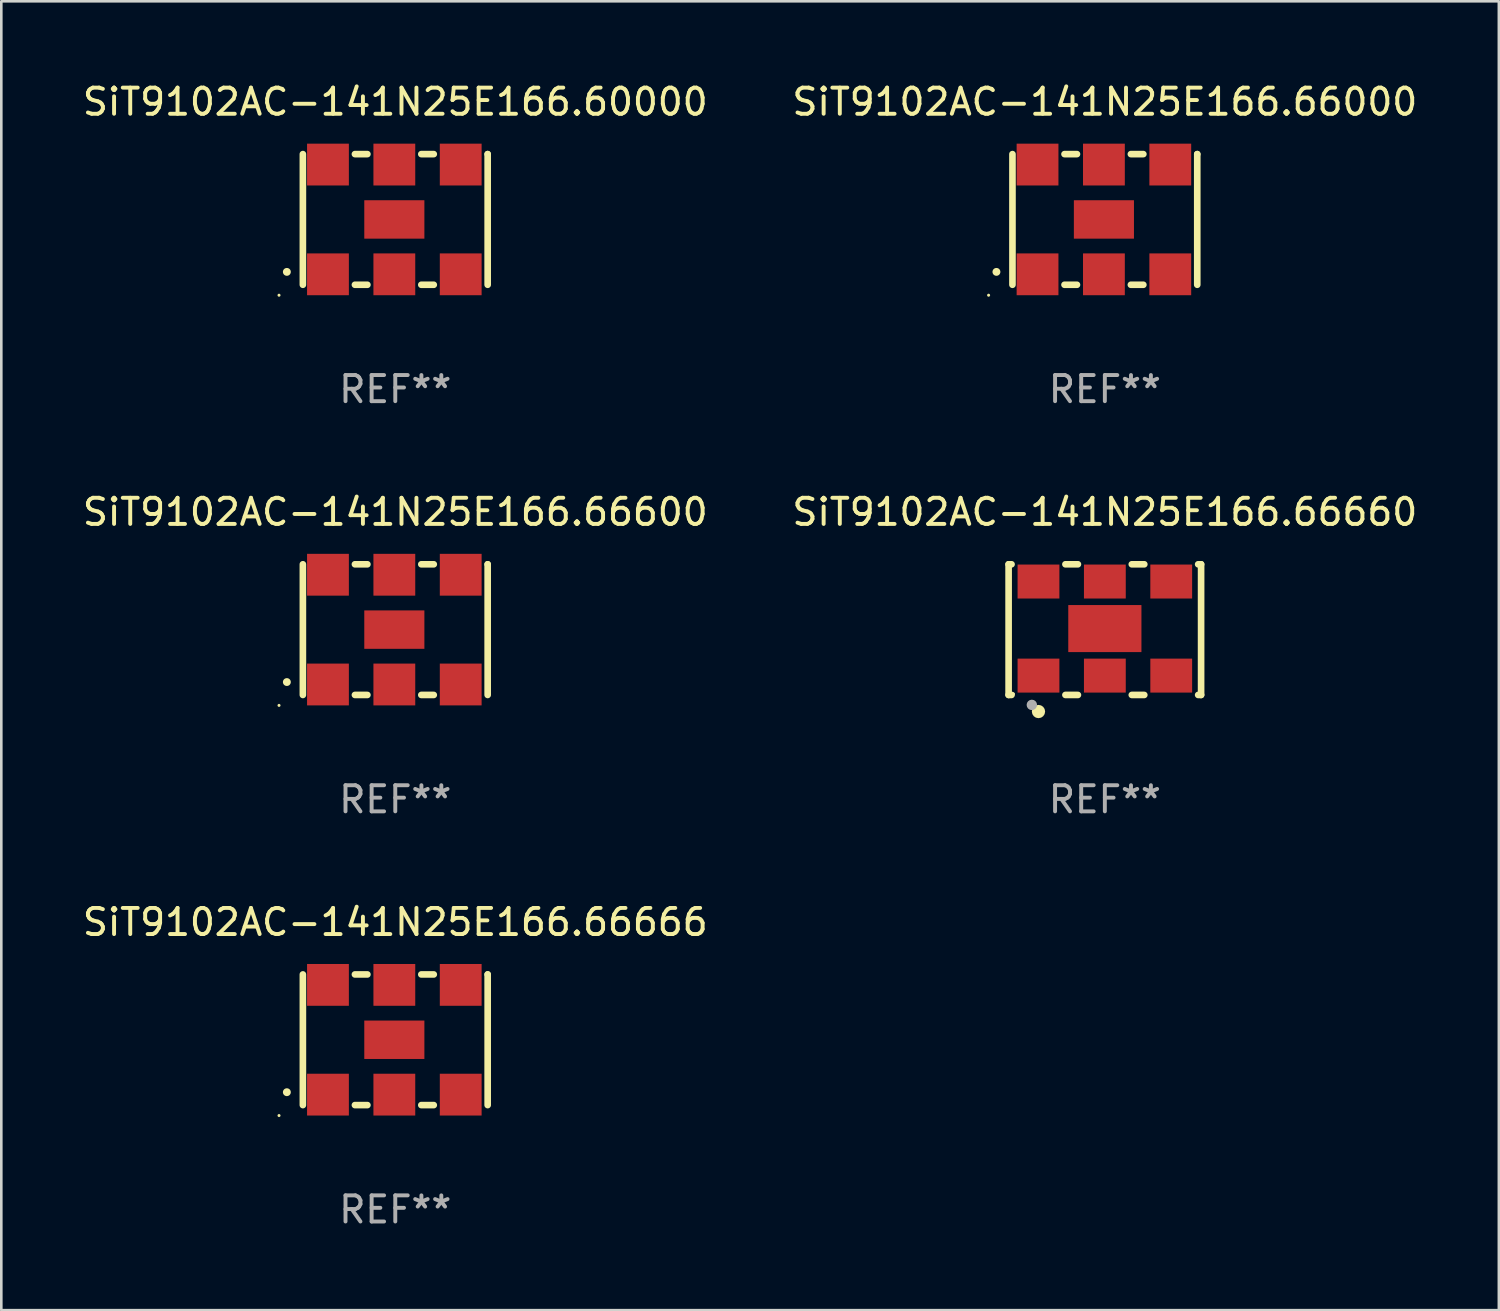
<source format=kicad_pcb>
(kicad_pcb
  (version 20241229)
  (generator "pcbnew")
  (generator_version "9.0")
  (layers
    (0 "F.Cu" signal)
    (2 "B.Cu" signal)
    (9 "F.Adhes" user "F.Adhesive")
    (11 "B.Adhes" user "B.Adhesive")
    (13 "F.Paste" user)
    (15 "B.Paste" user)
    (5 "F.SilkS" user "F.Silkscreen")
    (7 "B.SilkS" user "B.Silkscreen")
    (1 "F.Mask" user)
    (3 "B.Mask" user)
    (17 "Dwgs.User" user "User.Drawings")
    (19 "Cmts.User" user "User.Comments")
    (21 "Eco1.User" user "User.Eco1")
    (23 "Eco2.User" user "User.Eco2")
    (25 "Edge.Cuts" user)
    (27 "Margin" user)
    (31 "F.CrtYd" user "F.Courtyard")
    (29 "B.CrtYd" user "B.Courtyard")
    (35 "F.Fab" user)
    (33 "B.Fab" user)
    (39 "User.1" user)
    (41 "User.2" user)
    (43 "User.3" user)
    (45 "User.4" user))
  (footprint "SiT9102AC-141N25E166.66666"
    (layer "F.Cu")
    (at 12.077 36.741)
    (property "Reference" "SiT9102AC-141N25E166.66666" (at 0 -4.5 0) (layer "F.SilkS") (effects (font (size 1 1) (thickness 0.15))))
    (attr through_hole)
    (fp_line (start -3.536 -2.5) (end -3.536 2.5) (stroke (width 0.254) (type solid)) (layer "F.SilkS"))
    (fp_line (start -1.544 2.5) (end -1.067 2.5) (stroke (width 0.254) (type solid)) (layer "F.SilkS"))
    (fp_line (start -1.067 -2.5) (end -1.544 -2.5) (stroke (width 0.254) (type solid)) (layer "F.SilkS"))
    (fp_line (start 0.996 2.5) (end 1.473 2.5) (stroke (width 0.254) (type solid)) (layer "F.SilkS"))
    (fp_line (start 1.473 -2.5) (end 0.996 -2.5) (stroke (width 0.254) (type solid)) (layer "F.SilkS"))
    (fp_line (start 3.536 -2.5) (end 3.536 -2.5) (stroke (width 0.254) (type solid)) (layer "F.SilkS"))
    (fp_line (start 3.536 2.5) (end 3.536 -2.5) (stroke (width 0.254) (type solid)) (layer "F.SilkS"))
    (fp_arc (start -4.150432 2.006604) (mid -4.149162 2.006599) (end -4.147892 2.006604) (stroke (width 0.3) (type solid)) (layer "F.SilkS"))
    (fp_circle (center -4.449 2.9) (end -4.419 2.9) (stroke (width 0.06) (type solid)) (fill no) (layer "F.SilkS"))
    (fp_text user "REF**" (at 0 6.5 0) (layer "F.Fab") (effects (font (size 1 1) (thickness 0.15))))
    (pad "1" smd rect (at -2.576 2.1) (size 1.6 1.6) (layers "F.Cu" "F.Mask" "F.Paste"))
    (pad "2" smd rect (at -0.036 2.1) (size 1.6 1.6) (layers "F.Cu" "F.Mask" "F.Paste"))
    (pad "3" smd rect (at 2.504 2.1) (size 1.6 1.6) (layers "F.Cu" "F.Mask" "F.Paste"))
    (pad "4" smd rect (at 2.504 -2.1) (size 1.6 1.6) (layers "F.Cu" "F.Mask" "F.Paste"))
    (pad "5" smd rect (at -0.036 -2.1) (size 1.6 1.6) (layers "F.Cu" "F.Mask" "F.Paste"))
    (pad "6" smd rect (at -2.576 -2.1) (size 1.6 1.6) (layers "F.Cu" "F.Mask" "F.Paste"))
    (pad "7" smd rect (at -0.036 0) (size 2.3 1.47) (layers "F.Cu" "F.Mask" "F.Paste")))
  (footprint "SiT9102AC-141N25E166.66660"
    (layer "F.Cu")
    (at 39.232 21.045)
    (property "Reference" "SiT9102AC-141N25E166.66660" (at 0 -4.5 0) (layer "F.SilkS") (effects (font (size 1 1) (thickness 0.15))))
    (attr through_hole)
    (fp_line (start -3.683 -2.5) (end -3.571 -2.5) (stroke (width 0.254) (type solid)) (layer "F.SilkS"))
    (fp_line (start -3.683 2.5) (end -3.683 -2.5) (stroke (width 0.254) (type solid)) (layer "F.SilkS"))
    (fp_line (start -3.683 2.5) (end -3.571 2.5) (stroke (width 0.254) (type solid)) (layer "F.SilkS"))
    (fp_line (start -1.509 -2.5) (end -1.031 -2.5) (stroke (width 0.254) (type solid)) (layer "F.SilkS"))
    (fp_line (start -1.509 2.5) (end -1.031 2.5) (stroke (width 0.254) (type solid)) (layer "F.SilkS"))
    (fp_line (start 1.031 -2.5) (end 1.509 -2.5) (stroke (width 0.254) (type solid)) (layer "F.SilkS"))
    (fp_line (start 1.031 2.5) (end 1.509 2.5) (stroke (width 0.254) (type solid)) (layer "F.SilkS"))
    (fp_line (start 3.571 -2.5) (end 3.683 -2.5) (stroke (width 0.254) (type solid)) (layer "F.SilkS"))
    (fp_line (start 3.571 2.5) (end 3.683 2.5) (stroke (width 0.254) (type solid)) (layer "F.SilkS"))
    (fp_line (start 3.683 2.5) (end 3.683 -2.5) (stroke (width 0.254) (type solid)) (layer "F.SilkS"))
    (fp_circle (center -3.5 2.46) (end -3.47 2.46) (stroke (width 0.06) (type solid)) (fill no) (layer "F.SilkS"))
    (fp_circle (center -2.54 3.135) (end -2.413 3.135) (stroke (width 0.254) (type solid)) (fill no) (layer "F.SilkS"))
    (fp_circle (center -2.794 2.881) (end -2.694 2.881) (stroke (width 0.2) (type solid)) (fill no) (layer "F.Fab"))
    (fp_text user "REF**" (at 0 6.5 0) (layer "F.Fab") (effects (font (size 1 1) (thickness 0.15))))
    (pad "1" smd rect (at -2.54 1.76) (size 1.6 1.3) (layers "F.Cu" "F.Mask" "F.Paste"))
    (pad "2" smd rect (at 0 1.76) (size 1.6 1.3) (layers "F.Cu" "F.Mask" "F.Paste"))
    (pad "3" smd rect (at 2.54 1.76) (size 1.6 1.3) (layers "F.Cu" "F.Mask" "F.Paste"))
    (pad "4" smd rect (at 2.54 -1.84) (size 1.6 1.3) (layers "F.Cu" "F.Mask" "F.Paste"))
    (pad "5" smd rect (at 0 -1.84) (size 1.6 1.3) (layers "F.Cu" "F.Mask" "F.Paste"))
    (pad "6" smd rect (at -2.54 -1.84) (size 1.6 1.3) (layers "F.Cu" "F.Mask" "F.Paste"))
    (pad "7" smd rect (at 0 -0.04) (size 2.8 1.8) (layers "F.Cu" "F.Mask" "F.Paste")))
  (footprint "SiT9102AC-141N25E166.66000"
    (layer "F.Cu")
    (at 39.232 5.348)
    (property "Reference" "SiT9102AC-141N25E166.66000" (at 0 -4.5 0) (layer "F.SilkS") (effects (font (size 1 1) (thickness 0.15))))
    (attr through_hole)
    (fp_line (start -3.536 -2.5) (end -3.536 2.5) (stroke (width 0.254) (type solid)) (layer "F.SilkS"))
    (fp_line (start -1.544 2.5) (end -1.067 2.5) (stroke (width 0.254) (type solid)) (layer "F.SilkS"))
    (fp_line (start -1.067 -2.5) (end -1.544 -2.5) (stroke (width 0.254) (type solid)) (layer "F.SilkS"))
    (fp_line (start 0.996 2.5) (end 1.473 2.5) (stroke (width 0.254) (type solid)) (layer "F.SilkS"))
    (fp_line (start 1.473 -2.5) (end 0.996 -2.5) (stroke (width 0.254) (type solid)) (layer "F.SilkS"))
    (fp_line (start 3.536 -2.5) (end 3.536 -2.5) (stroke (width 0.254) (type solid)) (layer "F.SilkS"))
    (fp_line (start 3.536 2.5) (end 3.536 -2.5) (stroke (width 0.254) (type solid)) (layer "F.SilkS"))
    (fp_arc (start -4.150432 2.006604) (mid -4.149162 2.006599) (end -4.147892 2.006604) (stroke (width 0.3) (type solid)) (layer "F.SilkS"))
    (fp_circle (center -4.449 2.9) (end -4.419 2.9) (stroke (width 0.06) (type solid)) (fill no) (layer "F.SilkS"))
    (fp_text user "REF**" (at 0 6.5 0) (layer "F.Fab") (effects (font (size 1 1) (thickness 0.15))))
    (pad "1" smd rect (at -2.576 2.1) (size 1.6 1.6) (layers "F.Cu" "F.Mask" "F.Paste"))
    (pad "2" smd rect (at -0.036 2.1) (size 1.6 1.6) (layers "F.Cu" "F.Mask" "F.Paste"))
    (pad "3" smd rect (at 2.504 2.1) (size 1.6 1.6) (layers "F.Cu" "F.Mask" "F.Paste"))
    (pad "4" smd rect (at 2.504 -2.1) (size 1.6 1.6) (layers "F.Cu" "F.Mask" "F.Paste"))
    (pad "5" smd rect (at -0.036 -2.1) (size 1.6 1.6) (layers "F.Cu" "F.Mask" "F.Paste"))
    (pad "6" smd rect (at -2.576 -2.1) (size 1.6 1.6) (layers "F.Cu" "F.Mask" "F.Paste"))
    (pad "7" smd rect (at -0.036 0) (size 2.3 1.47) (layers "F.Cu" "F.Mask" "F.Paste")))
  (footprint "SiT9102AC-141N25E166.60000"
    (layer "F.Cu")
    (at 12.077 5.348)
    (property "Reference" "SiT9102AC-141N25E166.60000" (at 0 -4.5 0) (layer "F.SilkS") (effects (font (size 1 1) (thickness 0.15))))
    (attr through_hole)
    (fp_line (start -3.536 -2.5) (end -3.536 2.5) (stroke (width 0.254) (type solid)) (layer "F.SilkS"))
    (fp_line (start -1.544 2.5) (end -1.067 2.5) (stroke (width 0.254) (type solid)) (layer "F.SilkS"))
    (fp_line (start -1.067 -2.5) (end -1.544 -2.5) (stroke (width 0.254) (type solid)) (layer "F.SilkS"))
    (fp_line (start 0.996 2.5) (end 1.473 2.5) (stroke (width 0.254) (type solid)) (layer "F.SilkS"))
    (fp_line (start 1.473 -2.5) (end 0.996 -2.5) (stroke (width 0.254) (type solid)) (layer "F.SilkS"))
    (fp_line (start 3.536 -2.5) (end 3.536 -2.5) (stroke (width 0.254) (type solid)) (layer "F.SilkS"))
    (fp_line (start 3.536 2.5) (end 3.536 -2.5) (stroke (width 0.254) (type solid)) (layer "F.SilkS"))
    (fp_arc (start -4.150432 2.006604) (mid -4.149162 2.006599) (end -4.147892 2.006604) (stroke (width 0.3) (type solid)) (layer "F.SilkS"))
    (fp_circle (center -4.449 2.9) (end -4.419 2.9) (stroke (width 0.06) (type solid)) (fill no) (layer "F.SilkS"))
    (fp_text user "REF**" (at 0 6.5 0) (layer "F.Fab") (effects (font (size 1 1) (thickness 0.15))))
    (pad "1" smd rect (at -2.576 2.1) (size 1.6 1.6) (layers "F.Cu" "F.Mask" "F.Paste"))
    (pad "2" smd rect (at -0.036 2.1) (size 1.6 1.6) (layers "F.Cu" "F.Mask" "F.Paste"))
    (pad "3" smd rect (at 2.504 2.1) (size 1.6 1.6) (layers "F.Cu" "F.Mask" "F.Paste"))
    (pad "4" smd rect (at 2.504 -2.1) (size 1.6 1.6) (layers "F.Cu" "F.Mask" "F.Paste"))
    (pad "5" smd rect (at -0.036 -2.1) (size 1.6 1.6) (layers "F.Cu" "F.Mask" "F.Paste"))
    (pad "6" smd rect (at -2.576 -2.1) (size 1.6 1.6) (layers "F.Cu" "F.Mask" "F.Paste"))
    (pad "7" smd rect (at -0.036 0) (size 2.3 1.47) (layers "F.Cu" "F.Mask" "F.Paste")))
  (footprint "SiT9102AC-141N25E166.66600"
    (layer "F.Cu")
    (at 12.077 21.045)
    (property "Reference" "SiT9102AC-141N25E166.66600" (at 0 -4.5 0) (layer "F.SilkS") (effects (font (size 1 1) (thickness 0.15))))
    (attr through_hole)
    (fp_line (start -3.536 -2.5) (end -3.536 2.5) (stroke (width 0.254) (type solid)) (layer "F.SilkS"))
    (fp_line (start -1.544 2.5) (end -1.067 2.5) (stroke (width 0.254) (type solid)) (layer "F.SilkS"))
    (fp_line (start -1.067 -2.5) (end -1.544 -2.5) (stroke (width 0.254) (type solid)) (layer "F.SilkS"))
    (fp_line (start 0.996 2.5) (end 1.473 2.5) (stroke (width 0.254) (type solid)) (layer "F.SilkS"))
    (fp_line (start 1.473 -2.5) (end 0.996 -2.5) (stroke (width 0.254) (type solid)) (layer "F.SilkS"))
    (fp_line (start 3.536 -2.5) (end 3.536 -2.5) (stroke (width 0.254) (type solid)) (layer "F.SilkS"))
    (fp_line (start 3.536 2.5) (end 3.536 -2.5) (stroke (width 0.254) (type solid)) (layer "F.SilkS"))
    (fp_arc (start -4.150432 2.006604) (mid -4.149162 2.006599) (end -4.147892 2.006604) (stroke (width 0.3) (type solid)) (layer "F.SilkS"))
    (fp_circle (center -4.449 2.9) (end -4.419 2.9) (stroke (width 0.06) (type solid)) (fill no) (layer "F.SilkS"))
    (fp_text user "REF**" (at 0 6.5 0) (layer "F.Fab") (effects (font (size 1 1) (thickness 0.15))))
    (pad "1" smd rect (at -2.576 2.1) (size 1.6 1.6) (layers "F.Cu" "F.Mask" "F.Paste"))
    (pad "2" smd rect (at -0.036 2.1) (size 1.6 1.6) (layers "F.Cu" "F.Mask" "F.Paste"))
    (pad "3" smd rect (at 2.504 2.1) (size 1.6 1.6) (layers "F.Cu" "F.Mask" "F.Paste"))
    (pad "4" smd rect (at 2.504 -2.1) (size 1.6 1.6) (layers "F.Cu" "F.Mask" "F.Paste"))
    (pad "5" smd rect (at -0.036 -2.1) (size 1.6 1.6) (layers "F.Cu" "F.Mask" "F.Paste"))
    (pad "6" smd rect (at -2.576 -2.1) (size 1.6 1.6) (layers "F.Cu" "F.Mask" "F.Paste"))
    (pad "7" smd rect (at -0.036 0) (size 2.3 1.47) (layers "F.Cu" "F.Mask" "F.Paste")))
  (gr_rect
    (start -3 -3)
    (end 54.31 47.09)
    (stroke (width 0.1) (type default))
    (fill no)
    (layer "Edge.Cuts")))
</source>
